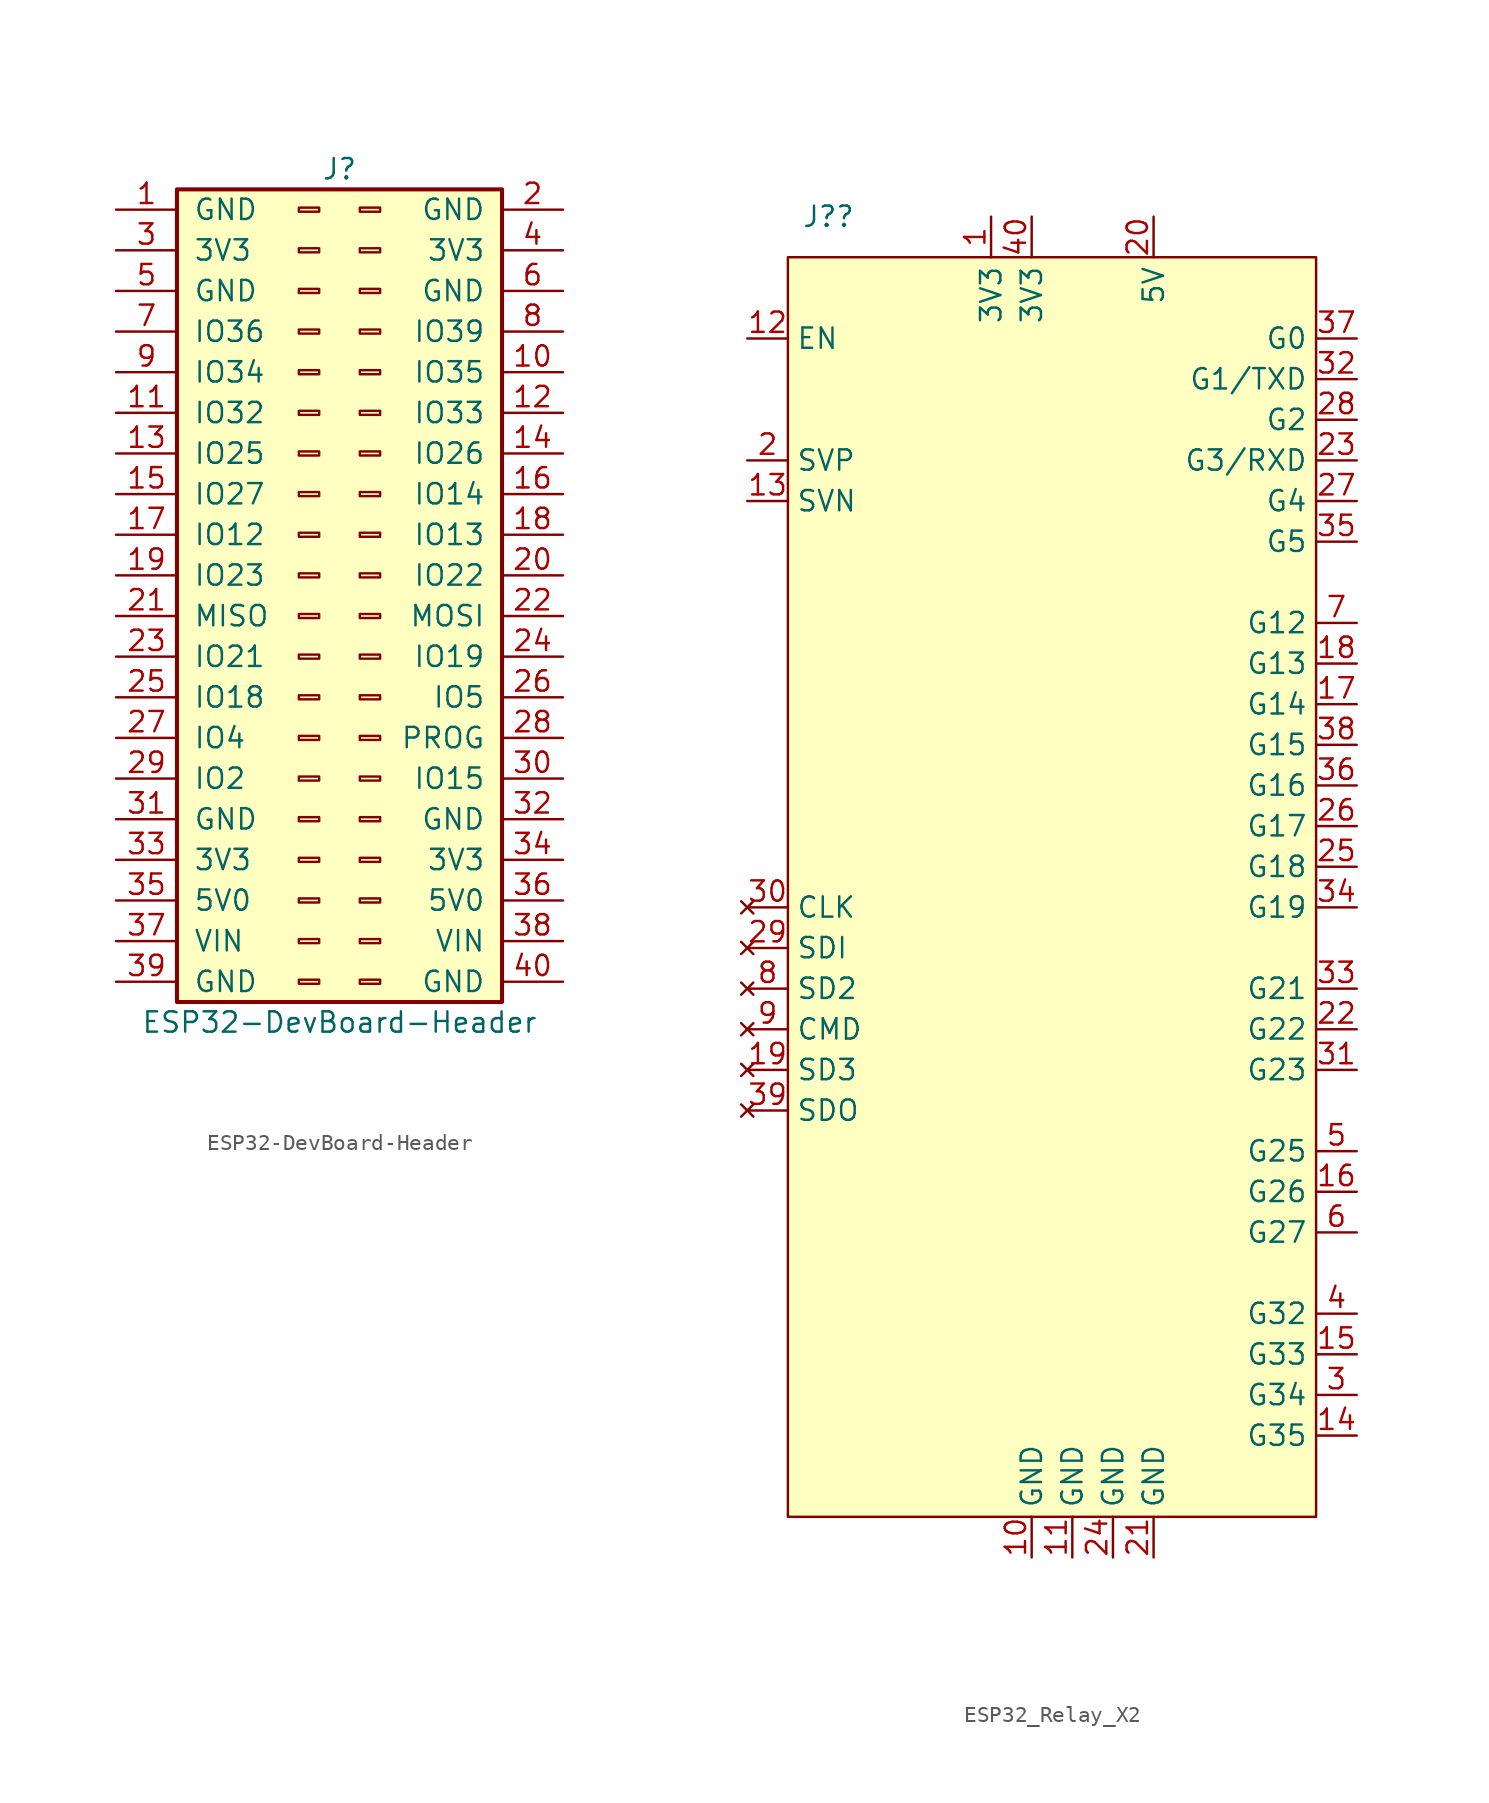
<source format=kicad_sym>
(kicad_symbol_lib
  (version 20220914)
  (generator kicad_symbol_editor)
  (symbol "ESP32-DevBoard-Header"
    (pin_names
      (offset 1.016))
    (property "Reference" "J"
      (at 1.27 25.4 0)
      (effects (font (size 1.27 1.27))))
    (property "Value" "ESP32-DevBoard-Header"
      (at 1.27 -27.94 0)
      (effects (font (size 1.27 1.27))))
    (symbol "ESP32-DevBoard-Header_1_1"
      (rectangle (start -8.89 24.13) (end 11.43 -26.67) (stroke (width 0.254) (type default)) (fill (type background)))
      (rectangle (start -1.27 -25.273) (end 0 -25.527) (stroke (width 0.152) (type default)) (fill (type none)))
      (rectangle (start -1.27 -22.733) (end 0 -22.987) (stroke (width 0.152) (type default)) (fill (type none)))
      (rectangle (start -1.27 -20.193) (end 0 -20.447) (stroke (width 0.152) (type default)) (fill (type none)))
      (rectangle (start -1.27 -17.653) (end 0 -17.907) (stroke (width 0.152) (type default)) (fill (type none)))
      (rectangle (start -1.27 -15.113) (end 0 -15.367) (stroke (width 0.152) (type default)) (fill (type none)))
      (rectangle (start -1.27 -12.573) (end 0 -12.827) (stroke (width 0.152) (type default)) (fill (type none)))
      (rectangle (start -1.27 -10.033) (end 0 -10.287) (stroke (width 0.152) (type default)) (fill (type none)))
      (rectangle (start -1.27 -7.493) (end 0 -7.747) (stroke (width 0.152) (type default)) (fill (type none)))
      (rectangle (start -1.27 -4.953) (end 0 -5.207) (stroke (width 0.152) (type default)) (fill (type none)))
      (rectangle (start -1.27 -2.413) (end 0 -2.667) (stroke (width 0.152) (type default)) (fill (type none)))
      (rectangle (start -1.27 0.127) (end 0 -0.127) (stroke (width 0.152) (type default)) (fill (type none)))
      (rectangle (start -1.27 2.667) (end 0 2.413) (stroke (width 0.152) (type default)) (fill (type none)))
      (rectangle (start -1.27 5.207) (end 0 4.953) (stroke (width 0.152) (type default)) (fill (type none)))
      (rectangle (start -1.27 7.747) (end 0 7.493) (stroke (width 0.152) (type default)) (fill (type none)))
      (rectangle (start -1.27 10.287) (end 0 10.033) (stroke (width 0.152) (type default)) (fill (type none)))
      (rectangle (start -1.27 12.827) (end 0 12.573) (stroke (width 0.152) (type default)) (fill (type none)))
      (rectangle (start -1.27 15.367) (end 0 15.113) (stroke (width 0.152) (type default)) (fill (type none)))
      (rectangle (start -1.27 17.907) (end 0 17.653) (stroke (width 0.152) (type default)) (fill (type none)))
      (rectangle (start -1.27 20.447) (end 0 20.193) (stroke (width 0.152) (type default)) (fill (type none)))
      (rectangle (start -1.27 22.987) (end 0 22.733) (stroke (width 0.152) (type default)) (fill (type none)))
      (rectangle (start 3.81 -25.273) (end 2.54 -25.527) (stroke (width 0.152) (type default)) (fill (type none)))
      (rectangle (start 3.81 -22.733) (end 2.54 -22.987) (stroke (width 0.152) (type default)) (fill (type none)))
      (rectangle (start 3.81 -20.193) (end 2.54 -20.447) (stroke (width 0.152) (type default)) (fill (type none)))
      (rectangle (start 3.81 -17.653) (end 2.54 -17.907) (stroke (width 0.152) (type default)) (fill (type none)))
      (rectangle (start 3.81 -15.113) (end 2.54 -15.367) (stroke (width 0.152) (type default)) (fill (type none)))
      (rectangle (start 3.81 -12.573) (end 2.54 -12.827) (stroke (width 0.152) (type default)) (fill (type none)))
      (rectangle (start 3.81 -10.033) (end 2.54 -10.287) (stroke (width 0.152) (type default)) (fill (type none)))
      (rectangle (start 3.81 -7.493) (end 2.54 -7.747) (stroke (width 0.152) (type default)) (fill (type none)))
      (rectangle (start 3.81 -4.953) (end 2.54 -5.207) (stroke (width 0.152) (type default)) (fill (type none)))
      (rectangle (start 3.81 -2.413) (end 2.54 -2.667) (stroke (width 0.152) (type default)) (fill (type none)))
      (rectangle (start 3.81 0.127) (end 2.54 -0.127) (stroke (width 0.152) (type default)) (fill (type none)))
      (rectangle (start 3.81 2.667) (end 2.54 2.413) (stroke (width 0.152) (type default)) (fill (type none)))
      (rectangle (start 3.81 5.207) (end 2.54 4.953) (stroke (width 0.152) (type default)) (fill (type none)))
      (rectangle (start 3.81 7.747) (end 2.54 7.493) (stroke (width 0.152) (type default)) (fill (type none)))
      (rectangle (start 3.81 10.287) (end 2.54 10.033) (stroke (width 0.152) (type default)) (fill (type none)))
      (rectangle (start 3.81 12.827) (end 2.54 12.573) (stroke (width 0.152) (type default)) (fill (type none)))
      (rectangle (start 3.81 15.367) (end 2.54 15.113) (stroke (width 0.152) (type default)) (fill (type none)))
      (rectangle (start 3.81 17.907) (end 2.54 17.653) (stroke (width 0.152) (type default)) (fill (type none)))
      (rectangle (start 3.81 20.447) (end 2.54 20.193) (stroke (width 0.152) (type default)) (fill (type none)))
      (rectangle (start 3.81 22.987) (end 2.54 22.733) (stroke (width 0.152) (type default)) (fill (type none)))
      (pin passive line (at -12.7 22.86 0) (length 3.81) (name "GND" (effects (font (size 1.27 1.27)))) (number "1" (effects (font (size 1.27 1.27)))))
      (pin passive line (at 15.24 12.7 180) (length 3.81) (name "IO35" (effects (font (size 1.27 1.27)))) (number "10" (effects (font (size 1.27 1.27)))))
      (pin passive line (at -12.7 10.16 0) (length 3.81) (name "IO32" (effects (font (size 1.27 1.27)))) (number "11" (effects (font (size 1.27 1.27)))))
      (pin passive line (at 15.24 10.16 180) (length 3.81) (name "IO33" (effects (font (size 1.27 1.27)))) (number "12" (effects (font (size 1.27 1.27)))))
      (pin passive line (at -12.7 7.62 0) (length 3.81) (name "IO25" (effects (font (size 1.27 1.27)))) (number "13" (effects (font (size 1.27 1.27)))))
      (pin passive line (at 15.24 7.62 180) (length 3.81) (name "IO26" (effects (font (size 1.27 1.27)))) (number "14" (effects (font (size 1.27 1.27)))))
      (pin passive line (at -12.7 5.08 0) (length 3.81) (name "IO27" (effects (font (size 1.27 1.27)))) (number "15" (effects (font (size 1.27 1.27)))))
      (pin passive line (at 15.24 5.08 180) (length 3.81) (name "IO14" (effects (font (size 1.27 1.27)))) (number "16" (effects (font (size 1.27 1.27)))))
      (pin passive line (at -12.7 2.54 0) (length 3.81) (name "IO12" (effects (font (size 1.27 1.27)))) (number "17" (effects (font (size 1.27 1.27)))))
      (pin passive line (at 15.24 2.54 180) (length 3.81) (name "IO13" (effects (font (size 1.27 1.27)))) (number "18" (effects (font (size 1.27 1.27)))))
      (pin passive line (at -12.7 0 0) (length 3.81) (name "IO23" (effects (font (size 1.27 1.27)))) (number "19" (effects (font (size 1.27 1.27)))))
      (pin passive line (at 15.24 22.86 180) (length 3.81) (name "GND" (effects (font (size 1.27 1.27)))) (number "2" (effects (font (size 1.27 1.27)))))
      (pin passive line (at 15.24 0 180) (length 3.81) (name "IO22" (effects (font (size 1.27 1.27)))) (number "20" (effects (font (size 1.27 1.27)))))
      (pin passive line (at -12.7 -2.54 0) (length 3.81) (name "MISO" (effects (font (size 1.27 1.27)))) (number "21" (effects (font (size 1.27 1.27)))))
      (pin passive line (at 15.24 -2.54 180) (length 3.81) (name "MOSI" (effects (font (size 1.27 1.27)))) (number "22" (effects (font (size 1.27 1.27)))))
      (pin passive line (at -12.7 -5.08 0) (length 3.81) (name "IO21" (effects (font (size 1.27 1.27)))) (number "23" (effects (font (size 1.27 1.27)))))
      (pin passive line (at 15.24 -5.08 180) (length 3.81) (name "IO19" (effects (font (size 1.27 1.27)))) (number "24" (effects (font (size 1.27 1.27)))))
      (pin passive line (at -12.7 -7.62 0) (length 3.81) (name "IO18" (effects (font (size 1.27 1.27)))) (number "25" (effects (font (size 1.27 1.27)))))
      (pin passive line (at 15.24 -7.62 180) (length 3.81) (name "IO5" (effects (font (size 1.27 1.27)))) (number "26" (effects (font (size 1.27 1.27)))))
      (pin passive line (at -12.7 -10.16 0) (length 3.81) (name "IO4" (effects (font (size 1.27 1.27)))) (number "27" (effects (font (size 1.27 1.27)))))
      (pin passive line (at 15.24 -10.16 180) (length 3.81) (name "PROG" (effects (font (size 1.27 1.27)))) (number "28" (effects (font (size 1.27 1.27)))))
      (pin passive line (at -12.7 -12.7 0) (length 3.81) (name "IO2" (effects (font (size 1.27 1.27)))) (number "29" (effects (font (size 1.27 1.27)))))
      (pin passive line (at -12.7 20.32 0) (length 3.81) (name "3V3" (effects (font (size 1.27 1.27)))) (number "3" (effects (font (size 1.27 1.27)))))
      (pin passive line (at 15.24 -12.7 180) (length 3.81) (name "IO15" (effects (font (size 1.27 1.27)))) (number "30" (effects (font (size 1.27 1.27)))))
      (pin passive line (at -12.7 -15.24 0) (length 3.81) (name "GND" (effects (font (size 1.27 1.27)))) (number "31" (effects (font (size 1.27 1.27)))))
      (pin passive line (at 15.24 -15.24 180) (length 3.81) (name "GND" (effects (font (size 1.27 1.27)))) (number "32" (effects (font (size 1.27 1.27)))))
      (pin passive line (at -12.7 -17.78 0) (length 3.81) (name "3V3" (effects (font (size 1.27 1.27)))) (number "33" (effects (font (size 1.27 1.27)))))
      (pin passive line (at 15.24 -17.78 180) (length 3.81) (name "3V3" (effects (font (size 1.27 1.27)))) (number "34" (effects (font (size 1.27 1.27)))))
      (pin passive line (at -12.7 -20.32 0) (length 3.81) (name "5V0" (effects (font (size 1.27 1.27)))) (number "35" (effects (font (size 1.27 1.27)))))
      (pin passive line (at 15.24 -20.32 180) (length 3.81) (name "5V0" (effects (font (size 1.27 1.27)))) (number "36" (effects (font (size 1.27 1.27)))))
      (pin passive line (at -12.7 -22.86 0) (length 3.81) (name "VIN" (effects (font (size 1.27 1.27)))) (number "37" (effects (font (size 1.27 1.27)))))
      (pin passive line (at 15.24 -22.86 180) (length 3.81) (name "VIN" (effects (font (size 1.27 1.27)))) (number "38" (effects (font (size 1.27 1.27)))))
      (pin passive line (at -12.7 -25.4 0) (length 3.81) (name "GND" (effects (font (size 1.27 1.27)))) (number "39" (effects (font (size 1.27 1.27)))))
      (pin passive line (at 15.24 20.32 180) (length 3.81) (name "3V3" (effects (font (size 1.27 1.27)))) (number "4" (effects (font (size 1.27 1.27)))))
      (pin passive line (at 15.24 -25.4 180) (length 3.81) (name "GND" (effects (font (size 1.27 1.27)))) (number "40" (effects (font (size 1.27 1.27)))))
      (pin passive line (at -12.7 17.78 0) (length 3.81) (name "GND" (effects (font (size 1.27 1.27)))) (number "5" (effects (font (size 1.27 1.27)))))
      (pin passive line (at 15.24 17.78 180) (length 3.81) (name "GND" (effects (font (size 1.27 1.27)))) (number "6" (effects (font (size 1.27 1.27)))))
      (pin passive line (at -12.7 15.24 0) (length 3.81) (name "IO36" (effects (font (size 1.27 1.27)))) (number "7" (effects (font (size 1.27 1.27)))))
      (pin passive line (at 15.24 15.24 180) (length 3.81) (name "IO39" (effects (font (size 1.27 1.27)))) (number "8" (effects (font (size 1.27 1.27)))))
      (pin passive line (at -12.7 12.7 0) (length 3.81) (name "IO34" (effects (font (size 1.27 1.27)))) (number "9" (effects (font (size 1.27 1.27)))))))
  (symbol "ESP32_Relay_X2"
    (property "Reference" "J?"
      (at -12.7 40.64 0)
      (effects (font (size 1.27 1.27))))
    (property "Value" ""
      (at 0 0 0)
      (effects (font (size 1.27 1.27))))
    (symbol "ESP32_Relay_X2_1_0"
      (pin power_out line (at 0 -43.18 90) (length 2.54) (name "GND" (effects (font (size 1.27 1.27)))) (number "10" (effects (font (size 1.27 1.27)))))
      (pin power_out line (at 2.54 -43.18 90) (length 2.54) (name "GND" (effects (font (size 1.27 1.27)))) (number "11" (effects (font (size 1.27 1.27)))))
      (pin input line (at -17.78 33.02 0) (length 2.54) (name "EN" (effects (font (size 1.27 1.27)))) (number "12" (effects (font (size 1.27 1.27)))))
      (pin input line (at -17.78 22.86 0) (length 2.54) (name "SVN" (effects (font (size 1.27 1.27)))) (number "13" (effects (font (size 1.27 1.27)))))
      (pin bidirectional line (at 20.32 -35.56 180) (length 2.54) (name "G35" (effects (font (size 1.27 1.27)))) (number "14" (effects (font (size 1.27 1.27)))))
      (pin bidirectional line (at 20.32 -30.48 180) (length 2.54) (name "G33" (effects (font (size 1.27 1.27)))) (number "15" (effects (font (size 1.27 1.27)))))
      (pin bidirectional line (at 20.32 -20.32 180) (length 2.54) (name "G26" (effects (font (size 1.27 1.27)))) (number "16" (effects (font (size 1.27 1.27)))))
      (pin bidirectional line (at 20.32 10.16 180) (length 2.54) (name "G14" (effects (font (size 1.27 1.27)))) (number "17" (effects (font (size 1.27 1.27)))))
      (pin bidirectional line (at 20.32 12.7 180) (length 2.54) (name "G13" (effects (font (size 1.27 1.27)))) (number "18" (effects (font (size 1.27 1.27)))))
      (pin no_connect line (at -17.78 -12.7 0) (length 2.54) (name "SD3" (effects (font (size 1.27 1.27)))) (number "19" (effects (font (size 1.27 1.27)))))
      (pin power_out line (at 7.62 40.64 270) (length 2.54) (name "5V" (effects (font (size 1.27 1.27)))) (number "20" (effects (font (size 1.27 1.27)))))
      (pin power_out line (at 7.62 -43.18 90) (length 2.54) (name "GND" (effects (font (size 1.27 1.27)))) (number "21" (effects (font (size 1.27 1.27)))))
      (pin bidirectional line (at 20.32 -10.16 180) (length 2.54) (name "G22" (effects (font (size 1.27 1.27)))) (number "22" (effects (font (size 1.27 1.27)))))
      (pin bidirectional line (at 20.32 25.4 180) (length 2.54) (name "G3/RXD" (effects (font (size 1.27 1.27)))) (number "23" (effects (font (size 1.27 1.27)))))
      (pin power_out line (at 5.08 -43.18 90) (length 2.54) (name "GND" (effects (font (size 1.27 1.27)))) (number "24" (effects (font (size 1.27 1.27)))))
      (pin bidirectional line (at 20.32 0 180) (length 2.54) (name "G18" (effects (font (size 1.27 1.27)))) (number "25" (effects (font (size 1.27 1.27)))))
      (pin bidirectional line (at 20.32 2.54 180) (length 2.54) (name "G17" (effects (font (size 1.27 1.27)))) (number "26" (effects (font (size 1.27 1.27)))))
      (pin bidirectional line (at 20.32 22.86 180) (length 2.54) (name "G4" (effects (font (size 1.27 1.27)))) (number "27" (effects (font (size 1.27 1.27)))))
      (pin bidirectional line (at 20.32 27.94 180) (length 2.54) (name "G2" (effects (font (size 1.27 1.27)))) (number "28" (effects (font (size 1.27 1.27)))))
      (pin no_connect line (at -17.78 -5.08 0) (length 2.54) (name "SDI" (effects (font (size 1.27 1.27)))) (number "29" (effects (font (size 1.27 1.27)))))
      (pin no_connect line (at -17.78 -2.54 0) (length 2.54) (name "CLK" (effects (font (size 1.27 1.27)))) (number "30" (effects (font (size 1.27 1.27)))))
      (pin bidirectional line (at 20.32 -12.7 180) (length 2.54) (name "G23" (effects (font (size 1.27 1.27)))) (number "31" (effects (font (size 1.27 1.27)))))
      (pin bidirectional line (at 20.32 30.48 180) (length 2.54) (name "G1/TXD" (effects (font (size 1.27 1.27)))) (number "32" (effects (font (size 1.27 1.27)))))
      (pin bidirectional line (at 20.32 -7.62 180) (length 2.54) (name "G21" (effects (font (size 1.27 1.27)))) (number "33" (effects (font (size 1.27 1.27)))))
      (pin bidirectional line (at 20.32 -2.54 180) (length 2.54) (name "G19" (effects (font (size 1.27 1.27)))) (number "34" (effects (font (size 1.27 1.27)))))
      (pin bidirectional line (at 20.32 20.32 180) (length 2.54) (name "G5" (effects (font (size 1.27 1.27)))) (number "35" (effects (font (size 1.27 1.27)))))
      (pin bidirectional line (at 20.32 5.08 180) (length 2.54) (name "G16" (effects (font (size 1.27 1.27)))) (number "36" (effects (font (size 1.27 1.27)))))
      (pin bidirectional line (at 20.32 33.02 180) (length 2.54) (name "G0" (effects (font (size 1.27 1.27)))) (number "37" (effects (font (size 1.27 1.27)))))
      (pin bidirectional line (at 20.32 7.62 180) (length 2.54) (name "G15" (effects (font (size 1.27 1.27)))) (number "38" (effects (font (size 1.27 1.27)))))
      (pin no_connect line (at -17.78 -15.24 0) (length 2.54) (name "SDO" (effects (font (size 1.27 1.27)))) (number "39" (effects (font (size 1.27 1.27)))))
      (pin power_out line (at 0 40.64 270) (length 2.54) (name "3V3" (effects (font (size 1.27 1.27)))) (number "40" (effects (font (size 1.27 1.27)))))
      (pin bidirectional line (at 20.32 -22.86 180) (length 2.54) (name "G27" (effects (font (size 1.27 1.27)))) (number "6" (effects (font (size 1.27 1.27)))))
      (pin bidirectional line (at 20.32 15.24 180) (length 2.54) (name "G12" (effects (font (size 1.27 1.27)))) (number "7" (effects (font (size 1.27 1.27)))))
      (pin no_connect line (at -17.78 -7.62 0) (length 2.54) (name "SD2" (effects (font (size 1.27 1.27)))) (number "8" (effects (font (size 1.27 1.27)))))
      (pin no_connect line (at -17.78 -10.16 0) (length 2.54) (name "CMD" (effects (font (size 1.27 1.27)))) (number "9" (effects (font (size 1.27 1.27))))))
    (symbol "ESP32_Relay_X2_1_1"
      (rectangle (start -15.24 38.1) (end 17.78 -40.64) (stroke (width 0) (type default)) (fill (type background)))
      (pin power_out line (at -2.54 40.64 270) (length 2.54) (name "3V3" (effects (font (size 1.27 1.27)))) (number "1" (effects (font (size 1.27 1.27)))))
      (pin input line (at -17.78 25.4 0) (length 2.54) (name "SVP" (effects (font (size 1.27 1.27)))) (number "2" (effects (font (size 1.27 1.27)))))
      (pin bidirectional line (at 20.32 -33.02 180) (length 2.54) (name "G34" (effects (font (size 1.27 1.27)))) (number "3" (effects (font (size 1.27 1.27)))))
      (pin bidirectional line (at 20.32 -27.94 180) (length 2.54) (name "G32" (effects (font (size 1.27 1.27)))) (number "4" (effects (font (size 1.27 1.27)))))
      (pin bidirectional line (at 20.32 -17.78 180) (length 2.54) (name "G25" (effects (font (size 1.27 1.27)))) (number "5" (effects (font (size 1.27 1.27))))))))
</source>
